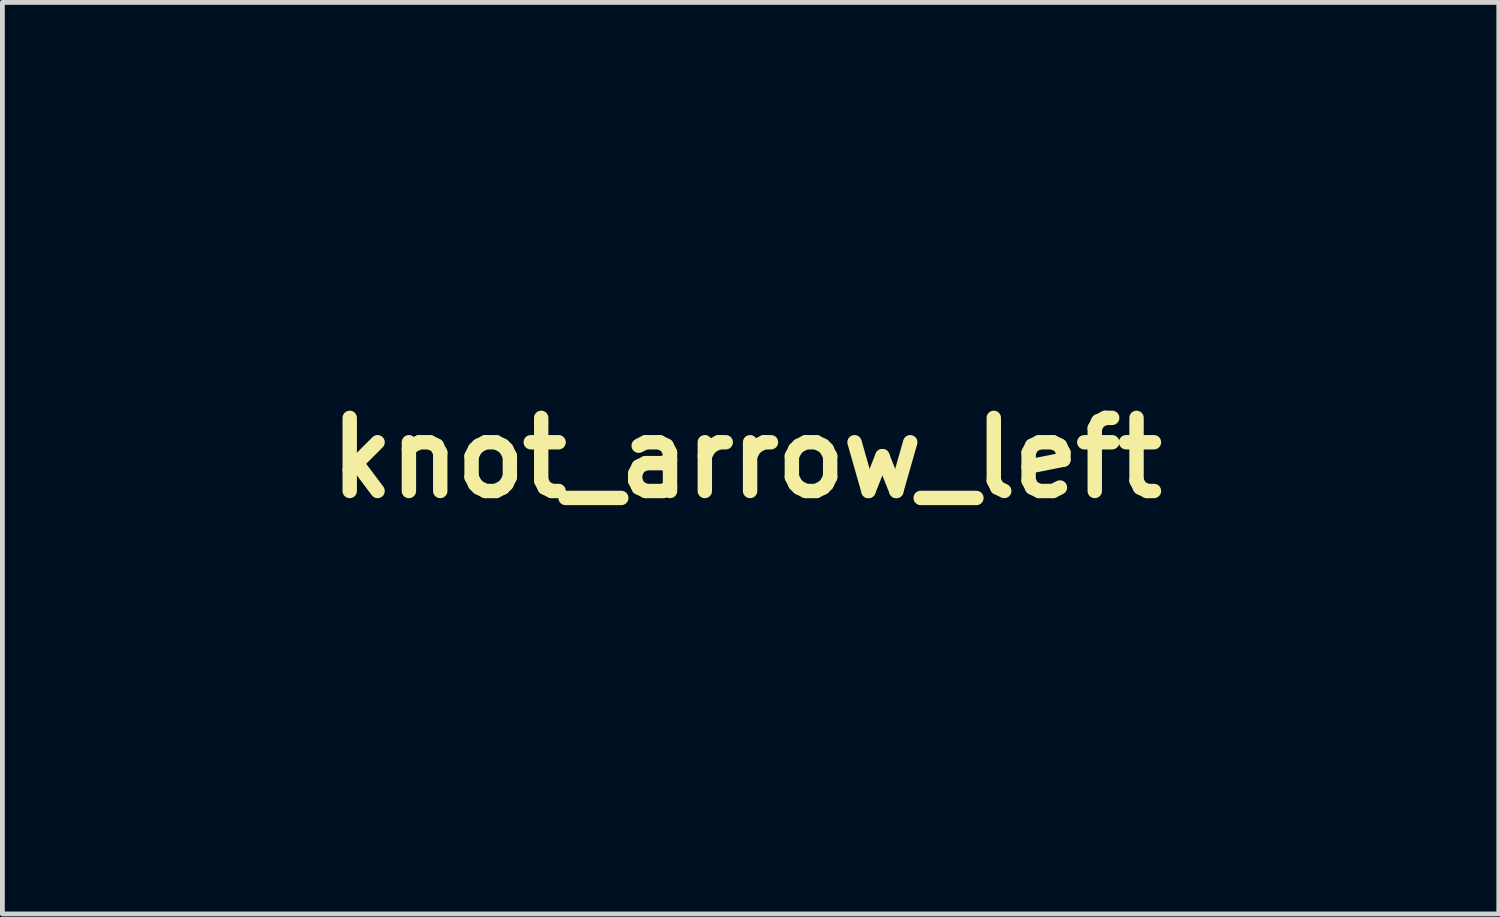
<source format=kicad_pcb>
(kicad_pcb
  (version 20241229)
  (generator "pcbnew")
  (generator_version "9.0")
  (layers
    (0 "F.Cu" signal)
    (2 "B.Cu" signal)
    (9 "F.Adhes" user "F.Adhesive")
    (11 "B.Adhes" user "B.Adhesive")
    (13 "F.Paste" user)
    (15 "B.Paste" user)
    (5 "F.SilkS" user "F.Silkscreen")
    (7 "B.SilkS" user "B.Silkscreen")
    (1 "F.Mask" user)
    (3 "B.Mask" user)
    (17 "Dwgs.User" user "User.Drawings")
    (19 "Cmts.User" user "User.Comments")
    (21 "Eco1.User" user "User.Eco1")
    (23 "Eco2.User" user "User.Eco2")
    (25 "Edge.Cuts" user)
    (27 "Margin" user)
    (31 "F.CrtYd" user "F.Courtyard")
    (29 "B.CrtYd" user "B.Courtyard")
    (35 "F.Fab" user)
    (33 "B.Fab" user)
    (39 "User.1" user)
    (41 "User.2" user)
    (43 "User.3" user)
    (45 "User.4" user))
  (footprint "knot_arrow_left"
    (layer "F.Cu")
    (at 12.513 6.495)
    (property "Reference" "knot_arrow_left" (at 0 0 0) (layer "F.SilkS") (effects (font (size 1.524 1.524) (thickness 0.3))))
    (attr through_hole)
    (fp_poly (pts (xy 7.45 -2.564) (xy 8.136 -2.557) (xy 8.136 -1.678) (xy 6.763 -1.678) (xy 6.763 -2.57) (xy 7.45 -2.564)) (stroke (width 0.01) (type solid)) (fill yes) (layer "F.Mask"))
    (fp_poly (pts (xy 10.984 -0.707) (xy 10.984 -0.495) (xy 10.983 -0.328) (xy 10.981 -0.201) (xy 10.978 -0.109) (xy 10.974 -0.046) (xy 10.968 -0.007) (xy 10.959 0.013) (xy 10.948 0.02) (xy 10.939 0.02) (xy 10.899 0.017) (xy 10.818 0.014) (xy 10.707 0.011) (xy 10.575 0.008) (xy 10.511 0.006) (xy 10.127 -0.001) (xy 10.112 -0.484) (xy 10.108 -0.654) (xy 10.106 -0.823) (xy 10.106 -0.979) (xy 10.108 -1.107) (xy 10.112 -1.183) (xy 10.127 -1.398) (xy 10.422 -1.4) (xy 10.555 -1.403) (xy 10.685 -1.408) (xy 10.793 -1.415) (xy 10.85 -1.421) (xy 10.984 -1.44) (xy 10.984 -0.707)) (stroke (width 0.01) (type solid)) (fill yes) (layer "F.Mask"))
    (fp_poly (pts (xy 8.74 -3.095) (xy 8.927 -3.083) (xy 9.075 -3.065) (xy 9.179 -3.041) (xy 9.185 -3.039) (xy 9.306 -2.995) (xy 9.306 0.041) (xy 9.306 0.51) (xy 9.305 0.932) (xy 9.305 1.307) (xy 9.304 1.638) (xy 9.303 1.928) (xy 9.302 2.179) (xy 9.3 2.394) (xy 9.298 2.574) (xy 9.296 2.722) (xy 9.293 2.841) (xy 9.29 2.933) (xy 9.286 3) (xy 9.282 3.045) (xy 9.278 3.069) (xy 9.273 3.076) (xy 9.238 3.064) (xy 9.17 3.032) (xy 9.082 2.985) (xy 9.03 2.956) (xy 8.908 2.881) (xy 8.771 2.792) (xy 8.644 2.704) (xy 8.618 2.685) (xy 8.416 2.535) (xy 8.416 -3.109) (xy 8.74 -3.095)) (stroke (width 0.01) (type solid)) (fill yes) (layer "F.Mask"))
    (fp_poly (pts (xy 6.483 -1.925) (xy 6.484 -1.601) (xy 6.486 -1.322) (xy 6.489 -1.084) (xy 6.494 -0.881) (xy 6.501 -0.71) (xy 6.509 -0.564) (xy 6.52 -0.44) (xy 6.533 -0.331) (xy 6.546 -0.248) (xy 6.551 -0.211) (xy 6.544 -0.19) (xy 6.518 -0.184) (xy 6.468 -0.195) (xy 6.385 -0.223) (xy 6.262 -0.269) (xy 6.242 -0.277) (xy 6.111 -0.329) (xy 5.974 -0.387) (xy 5.853 -0.443) (xy 5.807 -0.465) (xy 5.627 -0.556) (xy 5.61 -0.767) (xy 5.607 -0.839) (xy 5.603 -0.955) (xy 5.6 -1.108) (xy 5.598 -1.292) (xy 5.596 -1.5) (xy 5.594 -1.725) (xy 5.594 -1.959) (xy 5.594 -2.04) (xy 5.594 -3.102) (xy 6.483 -3.102) (xy 6.483 -1.925)) (stroke (width 0.01) (type solid)) (fill yes) (layer "F.Mask"))
    (fp_poly (pts (xy 4.182 -1.398) (xy 4.293 -1.27) (xy 4.4 -1.156) (xy 4.538 -1.024) (xy 4.695 -0.885) (xy 4.861 -0.747) (xy 5.023 -0.621) (xy 5.168 -0.518) (xy 5.374 -0.391) (xy 5.61 -0.264) (xy 5.857 -0.144) (xy 6.099 -0.042) (xy 6.28 0.024) (xy 6.542 0.103) (xy 6.791 0.162) (xy 7.043 0.204) (xy 7.314 0.231) (xy 7.619 0.246) (xy 7.634 0.247) (xy 8.136 0.261) (xy 8.136 1.144) (xy 7.799 1.141) (xy 7.644 1.137) (xy 7.48 1.131) (xy 7.328 1.124) (xy 7.221 1.116) (xy 6.718 1.046) (xy 6.223 0.928) (xy 5.738 0.764) (xy 5.27 0.556) (xy 4.822 0.306) (xy 4.4 0.016) (xy 4.009 -0.31) (xy 3.754 -0.56) (xy 3.669 -0.653) (xy 3.574 -0.762) (xy 3.475 -0.88) (xy 3.377 -1) (xy 3.286 -1.114) (xy 3.208 -1.217) (xy 3.147 -1.301) (xy 3.111 -1.358) (xy 3.102 -1.379) (xy 3.126 -1.385) (xy 3.194 -1.39) (xy 3.298 -1.394) (xy 3.43 -1.397) (xy 3.584 -1.398) (xy 3.642 -1.398) (xy 4.182 -1.398)) (stroke (width 0.01) (type solid)) (fill yes) (layer "F.Mask"))
    (fp_poly (pts (xy 6.086 1.181) (xy 6.151 1.194) (xy 6.242 1.215) (xy 6.297 1.23) (xy 6.421 1.26) (xy 6.574 1.292) (xy 6.73 1.322) (xy 6.824 1.337) (xy 7.123 1.384) (xy 7.264 1.6) (xy 7.56 2.017) (xy 7.876 2.386) (xy 8.211 2.709) (xy 8.566 2.985) (xy 8.94 3.214) (xy 9.334 3.397) (xy 9.579 3.484) (xy 9.84 3.566) (xy 9.84 4.008) (xy 9.84 4.175) (xy 9.839 4.297) (xy 9.831 4.379) (xy 9.811 4.427) (xy 9.775 4.447) (xy 9.717 4.443) (xy 9.633 4.423) (xy 9.518 4.391) (xy 9.509 4.388) (xy 9.054 4.238) (xy 8.614 4.039) (xy 8.19 3.794) (xy 7.784 3.502) (xy 7.44 3.204) (xy 7.286 3.051) (xy 7.119 2.867) (xy 6.95 2.669) (xy 6.791 2.469) (xy 6.654 2.282) (xy 6.615 2.225) (xy 6.56 2.137) (xy 6.494 2.025) (xy 6.421 1.898) (xy 6.346 1.762) (xy 6.272 1.625) (xy 6.203 1.494) (xy 6.143 1.377) (xy 6.097 1.281) (xy 6.067 1.213) (xy 6.058 1.18) (xy 6.059 1.179) (xy 6.086 1.181)) (stroke (width 0.01) (type solid)) (fill yes) (layer "F.Mask"))
    (fp_poly (pts (xy 10.603 0.265) (xy 10.806 0.282) (xy 10.982 0.308) (xy 11.136 0.345) (xy 11.21 0.368) (xy 11.518 0.498) (xy 11.796 0.667) (xy 12.039 0.871) (xy 12.247 1.107) (xy 12.415 1.371) (xy 12.543 1.66) (xy 12.627 1.971) (xy 12.666 2.301) (xy 12.668 2.39) (xy 12.646 2.717) (xy 12.575 3.03) (xy 12.455 3.329) (xy 12.286 3.615) (xy 12.227 3.696) (xy 12.067 3.877) (xy 11.873 4.05) (xy 11.66 4.202) (xy 11.443 4.323) (xy 11.332 4.371) (xy 11.263 4.397) (xy 11.263 3.428) (xy 11.412 3.281) (xy 11.57 3.093) (xy 11.687 2.879) (xy 11.762 2.649) (xy 11.791 2.411) (xy 11.779 2.219) (xy 11.725 2) (xy 11.631 1.79) (xy 11.502 1.599) (xy 11.347 1.435) (xy 11.172 1.31) (xy 11.132 1.289) (xy 11.04 1.245) (xy 10.954 1.211) (xy 10.865 1.186) (xy 10.766 1.167) (xy 10.648 1.155) (xy 10.502 1.148) (xy 10.321 1.145) (xy 10.138 1.144) (xy 9.559 1.144) (xy 9.566 0.706) (xy 9.573 0.267) (xy 10.081 0.259) (xy 10.363 0.258) (xy 10.603 0.265)) (stroke (width 0.01) (type solid)) (fill yes) (layer "F.Mask"))
    (fp_poly (pts (xy 6.312 -4.239) (xy 6.768 -4.238) (xy 7.176 -4.237) (xy 7.539 -4.236) (xy 7.86 -4.235) (xy 8.143 -4.234) (xy 8.389 -4.232) (xy 8.603 -4.229) (xy 8.786 -4.226) (xy 8.943 -4.221) (xy 9.076 -4.215) (xy 9.187 -4.208) (xy 9.281 -4.199) (xy 9.36 -4.188) (xy 9.426 -4.176) (xy 9.484 -4.161) (xy 9.536 -4.144) (xy 9.584 -4.124) (xy 9.632 -4.102) (xy 9.684 -4.077) (xy 9.741 -4.049) (xy 9.776 -4.032) (xy 10.063 -3.87) (xy 10.314 -3.671) (xy 10.529 -3.437) (xy 10.708 -3.166) (xy 10.747 -3.094) (xy 10.796 -2.995) (xy 10.824 -2.931) (xy 10.832 -2.893) (xy 10.824 -2.871) (xy 10.81 -2.861) (xy 10.772 -2.853) (xy 10.691 -2.844) (xy 10.579 -2.836) (xy 10.444 -2.83) (xy 10.333 -2.827) (xy 9.898 -2.817) (xy 9.803 -2.934) (xy 9.673 -3.062) (xy 9.51 -3.178) (xy 9.332 -3.27) (xy 9.233 -3.307) (xy 9.206 -3.315) (xy 9.178 -3.322) (xy 9.147 -3.329) (xy 9.109 -3.335) (xy 9.062 -3.34) (xy 9.002 -3.344) (xy 8.927 -3.347) (xy 8.833 -3.35) (xy 8.718 -3.353) (xy 8.579 -3.354) (xy 8.412 -3.356) (xy 8.215 -3.357) (xy 7.984 -3.358) (xy 7.718 -3.358) (xy 7.411 -3.358) (xy 7.063 -3.358) (xy 6.669 -3.358) (xy 6.286 -3.357) (xy 3.508 -3.355) (xy 3.484 -3.413) (xy 3.467 -3.473) (xy 3.447 -3.57) (xy 3.427 -3.69) (xy 3.408 -3.82) (xy 3.393 -3.946) (xy 3.384 -4.055) (xy 3.382 -4.116) (xy 3.382 -4.247) (xy 6.312 -4.239)) (stroke (width 0.01) (type solid)) (fill yes) (layer "F.Mask"))
    (fp_poly (pts (xy -7.822 -2.565) (xy -7.253 -2.565) (xy -6.662 -2.565) (xy -6.05 -2.565) (xy -5.421 -2.564) (xy -4.775 -2.564) (xy -4.115 -2.564) (xy -3.597 -2.563) (xy 5.327 -2.555) (xy 5.335 -2.117) (xy 5.344 -1.678) (xy 1.805 -1.672) (xy -1.734 -1.665) (xy -0.66 -0.623) (xy -0.465 -0.434) (xy -0.28 -0.255) (xy -0.11 -0.09) (xy 0.044 0.059) (xy 0.177 0.187) (xy 0.287 0.292) (xy 0.37 0.371) (xy 0.423 0.421) (xy 0.441 0.437) (xy 0.459 0.459) (xy 0.457 0.465) (xy 0.43 0.46) (xy 0.368 0.439) (xy 0.282 0.405) (xy 0.244 0.389) (xy 0.045 0.307) (xy -0.197 0.213) (xy -0.473 0.109) (xy -0.777 -0.002) (xy -1.102 -0.119) (xy -1.44 -0.238) (xy -1.786 -0.357) (xy -2.131 -0.474) (xy -2.469 -0.586) (xy -2.793 -0.691) (xy -3.096 -0.787) (xy -3.371 -0.87) (xy -3.382 -0.873) (xy -4.789 -1.265) (xy -6.199 -1.608) (xy -7.61 -1.902) (xy -9.017 -2.146) (xy -9.191 -2.173) (xy -9.402 -2.204) (xy -9.636 -2.238) (xy -9.883 -2.272) (xy -10.131 -2.305) (xy -10.367 -2.335) (xy -10.581 -2.362) (xy -10.759 -2.383) (xy -10.806 -2.388) (xy -11.177 -2.427) (xy -11.502 -2.46) (xy -11.788 -2.487) (xy -12.039 -2.509) (xy -12.139 -2.517) (xy -12.268 -2.528) (xy -12.378 -2.539) (xy -12.46 -2.548) (xy -12.503 -2.556) (xy -12.508 -2.558) (xy -12.483 -2.559) (xy -12.41 -2.56) (xy -12.29 -2.56) (xy -12.124 -2.561) (xy -11.915 -2.562) (xy -11.664 -2.563) (xy -11.372 -2.563) (xy -11.043 -2.564) (xy -10.677 -2.564) (xy -10.277 -2.565) (xy -9.844 -2.565) (xy -9.381 -2.565) (xy -8.888 -2.565) (xy -8.368 -2.565) (xy -7.822 -2.565)) (stroke (width 0.01) (type solid)) (fill yes) (layer "F.Mask"))
    (fp_poly (pts (xy 10.862 -5.904) (xy 11.179 -5.836) (xy 11.476 -5.722) (xy 11.751 -5.563) (xy 11.797 -5.53) (xy 11.992 -5.364) (xy 12.177 -5.164) (xy 12.341 -4.944) (xy 12.47 -4.72) (xy 12.497 -4.663) (xy 12.596 -4.381) (xy 12.656 -4.082) (xy 12.675 -3.777) (xy 12.652 -3.478) (xy 12.611 -3.28) (xy 12.502 -2.969) (xy 12.352 -2.682) (xy 12.163 -2.423) (xy 11.939 -2.196) (xy 11.684 -2.005) (xy 11.437 -1.871) (xy 11.326 -1.822) (xy 11.227 -1.783) (xy 11.131 -1.752) (xy 11.032 -1.729) (xy 10.92 -1.713) (xy 10.787 -1.701) (xy 10.627 -1.693) (xy 10.43 -1.688) (xy 10.238 -1.684) (xy 9.555 -1.674) (xy 9.564 -2.115) (xy 9.573 -2.555) (xy 10.145 -2.562) (xy 10.318 -2.565) (xy 10.482 -2.569) (xy 10.627 -2.576) (xy 10.743 -2.583) (xy 10.822 -2.591) (xy 10.839 -2.594) (xy 11.034 -2.657) (xy 11.224 -2.763) (xy 11.399 -2.902) (xy 11.549 -3.066) (xy 11.663 -3.245) (xy 11.674 -3.267) (xy 11.755 -3.497) (xy 11.79 -3.73) (xy 11.781 -3.961) (xy 11.73 -4.183) (xy 11.641 -4.392) (xy 11.516 -4.582) (xy 11.359 -4.747) (xy 11.172 -4.882) (xy 10.959 -4.982) (xy 10.753 -5.035) (xy 10.518 -5.05) (xy 10.284 -5.022) (xy 10.06 -4.952) (xy 9.854 -4.843) (xy 9.677 -4.7) (xy 9.595 -4.609) (xy 9.541 -4.541) (xy 9.499 -4.488) (xy 9.481 -4.466) (xy 9.449 -4.459) (xy 9.383 -4.464) (xy 9.319 -4.475) (xy 9.235 -4.488) (xy 9.117 -4.502) (xy 8.98 -4.514) (xy 8.857 -4.522) (xy 8.539 -4.538) (xy 8.654 -4.767) (xy 8.821 -5.048) (xy 9.022 -5.291) (xy 9.259 -5.499) (xy 9.534 -5.674) (xy 9.598 -5.707) (xy 9.826 -5.808) (xy 10.044 -5.876) (xy 10.272 -5.913) (xy 10.527 -5.926) (xy 10.528 -5.926) (xy 10.862 -5.904)) (stroke (width 0.01) (type solid)) (fill yes) (layer "F.Mask"))
    (fp_poly (pts (xy 4.335 -6.49) (xy 4.661 -6.469) (xy 4.961 -6.407) (xy 5.241 -6.302) (xy 5.507 -6.153) (xy 5.679 -6.027) (xy 5.879 -5.843) (xy 6.058 -5.627) (xy 6.212 -5.389) (xy 6.333 -5.14) (xy 6.416 -4.89) (xy 6.446 -4.736) (xy 6.458 -4.654) (xy 6.47 -4.588) (xy 6.475 -4.57) (xy 6.476 -4.554) (xy 6.464 -4.543) (xy 6.433 -4.535) (xy 6.376 -4.53) (xy 6.287 -4.527) (xy 6.158 -4.526) (xy 6.041 -4.526) (xy 5.595 -4.526) (xy 5.579 -4.596) (xy 5.5 -4.848) (xy 5.381 -5.069) (xy 5.223 -5.257) (xy 5.029 -5.411) (xy 4.8 -5.529) (xy 4.767 -5.541) (xy 4.538 -5.602) (xy 4.307 -5.615) (xy 4.08 -5.584) (xy 3.864 -5.512) (xy 3.663 -5.403) (xy 3.484 -5.258) (xy 3.332 -5.083) (xy 3.212 -4.879) (xy 3.131 -4.649) (xy 3.127 -4.629) (xy 3.113 -4.53) (xy 3.106 -4.393) (xy 3.107 -4.23) (xy 3.114 -4.053) (xy 3.127 -3.875) (xy 3.146 -3.707) (xy 3.166 -3.585) (xy 3.188 -3.478) (xy 3.217 -3.349) (xy 3.25 -3.212) (xy 3.283 -3.08) (xy 3.314 -2.966) (xy 3.339 -2.883) (xy 3.347 -2.86) (xy 3.347 -2.847) (xy 3.329 -2.837) (xy 3.288 -2.83) (xy 3.217 -2.825) (xy 3.11 -2.823) (xy 2.96 -2.822) (xy 2.903 -2.822) (xy 2.445 -2.822) (xy 2.418 -2.905) (xy 2.353 -3.148) (xy 2.299 -3.428) (xy 2.26 -3.73) (xy 2.236 -4.042) (xy 2.229 -4.31) (xy 2.23 -4.47) (xy 2.233 -4.591) (xy 2.241 -4.687) (xy 2.253 -4.769) (xy 2.271 -4.849) (xy 2.298 -4.941) (xy 2.299 -4.944) (xy 2.42 -5.263) (xy 2.581 -5.551) (xy 2.78 -5.806) (xy 3.015 -6.027) (xy 3.283 -6.211) (xy 3.583 -6.355) (xy 3.776 -6.422) (xy 3.882 -6.452) (xy 3.974 -6.472) (xy 4.068 -6.483) (xy 4.18 -6.489) (xy 4.326 -6.49) (xy 4.335 -6.49)) (stroke (width 0.01) (type solid)) (fill yes) (layer "F.Mask"))
    (fp_poly (pts (xy 0.421 -6.364) (xy 0.371 -6.312) (xy 0.285 -6.226) (xy 0.165 -6.106) (xy 0.01 -5.953) (xy -0.18 -5.767) (xy -0.402 -5.549) (xy -0.658 -5.3) (xy -0.947 -5.02) (xy -1.267 -4.709) (xy -1.408 -4.571) (xy -1.742 -4.248) (xy 0.104 -4.247) (xy 1.95 -4.246) (xy 1.966 -3.96) (xy 1.975 -3.828) (xy 1.986 -3.699) (xy 1.999 -3.591) (xy 2.008 -3.538) (xy 2.02 -3.458) (xy 2.023 -3.399) (xy 2.02 -3.379) (xy 1.993 -3.377) (xy 1.918 -3.375) (xy 1.795 -3.373) (xy 1.626 -3.371) (xy 1.412 -3.37) (xy 1.157 -3.368) (xy 0.86 -3.366) (xy 0.525 -3.365) (xy 0.152 -3.363) (xy -0.257 -3.362) (xy -0.701 -3.361) (xy -1.176 -3.36) (xy -1.683 -3.359) (xy -2.218 -3.358) (xy -2.781 -3.357) (xy -3.37 -3.357) (xy -3.983 -3.357) (xy -4.619 -3.356) (xy -5.243 -3.356) (xy -5.847 -3.356) (xy -6.437 -3.356) (xy -7.012 -3.357) (xy -7.569 -3.357) (xy -8.107 -3.357) (xy -8.623 -3.358) (xy -9.116 -3.358) (xy -9.584 -3.359) (xy -10.024 -3.359) (xy -10.434 -3.36) (xy -10.813 -3.361) (xy -11.159 -3.361) (xy -11.469 -3.362) (xy -11.742 -3.363) (xy -11.974 -3.364) (xy -12.166 -3.365) (xy -12.314 -3.366) (xy -12.416 -3.367) (xy -12.471 -3.368) (xy -12.48 -3.369) (xy -12.451 -3.375) (xy -12.381 -3.384) (xy -12.281 -3.395) (xy -12.16 -3.406) (xy -12.139 -3.407) (xy -11.025 -3.512) (xy -9.888 -3.651) (xy -8.738 -3.824) (xy -7.584 -4.028) (xy -6.439 -4.261) (xy -5.312 -4.522) (xy -4.214 -4.809) (xy -3.763 -4.937) (xy -3.34 -5.062) (xy -2.895 -5.2) (xy -2.437 -5.347) (xy -1.975 -5.5) (xy -1.518 -5.656) (xy -1.074 -5.812) (xy -0.651 -5.965) (xy -0.258 -6.113) (xy 0.095 -6.251) (xy 0.163 -6.279) (xy 0.268 -6.321) (xy 0.355 -6.355) (xy 0.414 -6.376) (xy 0.434 -6.382) (xy 0.421 -6.364)) (stroke (width 0.01) (type solid)) (fill yes) (layer "F.Mask"))
    (fp_poly (pts (xy 10.601 1.428) (xy 10.738 1.44) (xy 10.843 1.462) (xy 10.854 1.466) (xy 10.984 1.508) (xy 10.984 3.456) (xy 10.984 3.832) (xy 10.984 4.16) (xy 10.983 4.444) (xy 10.982 4.689) (xy 10.98 4.897) (xy 10.976 5.073) (xy 10.972 5.219) (xy 10.966 5.341) (xy 10.958 5.44) (xy 10.948 5.522) (xy 10.936 5.589) (xy 10.922 5.646) (xy 10.905 5.695) (xy 10.885 5.741) (xy 10.862 5.787) (xy 10.837 5.833) (xy 10.758 5.952) (xy 10.649 6.079) (xy 10.522 6.2) (xy 10.392 6.302) (xy 10.289 6.364) (xy 10.071 6.448) (xy 9.844 6.494) (xy 9.621 6.502) (xy 9.414 6.47) (xy 9.171 6.379) (xy 8.953 6.247) (xy 8.763 6.078) (xy 8.609 5.876) (xy 8.495 5.648) (xy 8.488 5.63) (xy 8.47 5.577) (xy 8.456 5.524) (xy 8.446 5.461) (xy 8.438 5.382) (xy 8.432 5.279) (xy 8.428 5.144) (xy 8.424 4.969) (xy 8.422 4.861) (xy 8.411 4.243) (xy 8.572 4.325) (xy 8.665 4.368) (xy 8.787 4.421) (xy 8.921 4.476) (xy 9.013 4.512) (xy 9.293 4.618) (xy 9.306 4.99) (xy 9.312 5.139) (xy 9.318 5.246) (xy 9.327 5.322) (xy 9.34 5.373) (xy 9.357 5.411) (xy 9.371 5.431) (xy 9.467 5.533) (xy 9.577 5.591) (xy 9.692 5.613) (xy 9.829 5.602) (xy 9.943 5.546) (xy 10.036 5.444) (xy 10.054 5.416) (xy 10.065 5.396) (xy 10.074 5.375) (xy 10.082 5.347) (xy 10.088 5.31) (xy 10.093 5.258) (xy 10.098 5.189) (xy 10.101 5.098) (xy 10.104 4.981) (xy 10.106 4.835) (xy 10.107 4.655) (xy 10.108 4.439) (xy 10.109 4.181) (xy 10.11 3.877) (xy 10.111 3.712) (xy 10.111 3.419) (xy 10.112 3.132) (xy 10.113 2.856) (xy 10.114 2.599) (xy 10.115 2.363) (xy 10.115 2.157) (xy 10.116 1.984) (xy 10.116 1.851) (xy 10.117 1.763) (xy 10.117 1.761) (xy 10.119 1.424) (xy 10.422 1.424) (xy 10.601 1.428)) (stroke (width 0.01) (type solid)) (fill yes) (layer "F.Mask")))
  (gr_rect
    (start -3 -3)
    (end 28.192 16.001)
    (stroke (width 0.1) (type default))
    (fill no)
    (layer "Edge.Cuts")))
</source>
